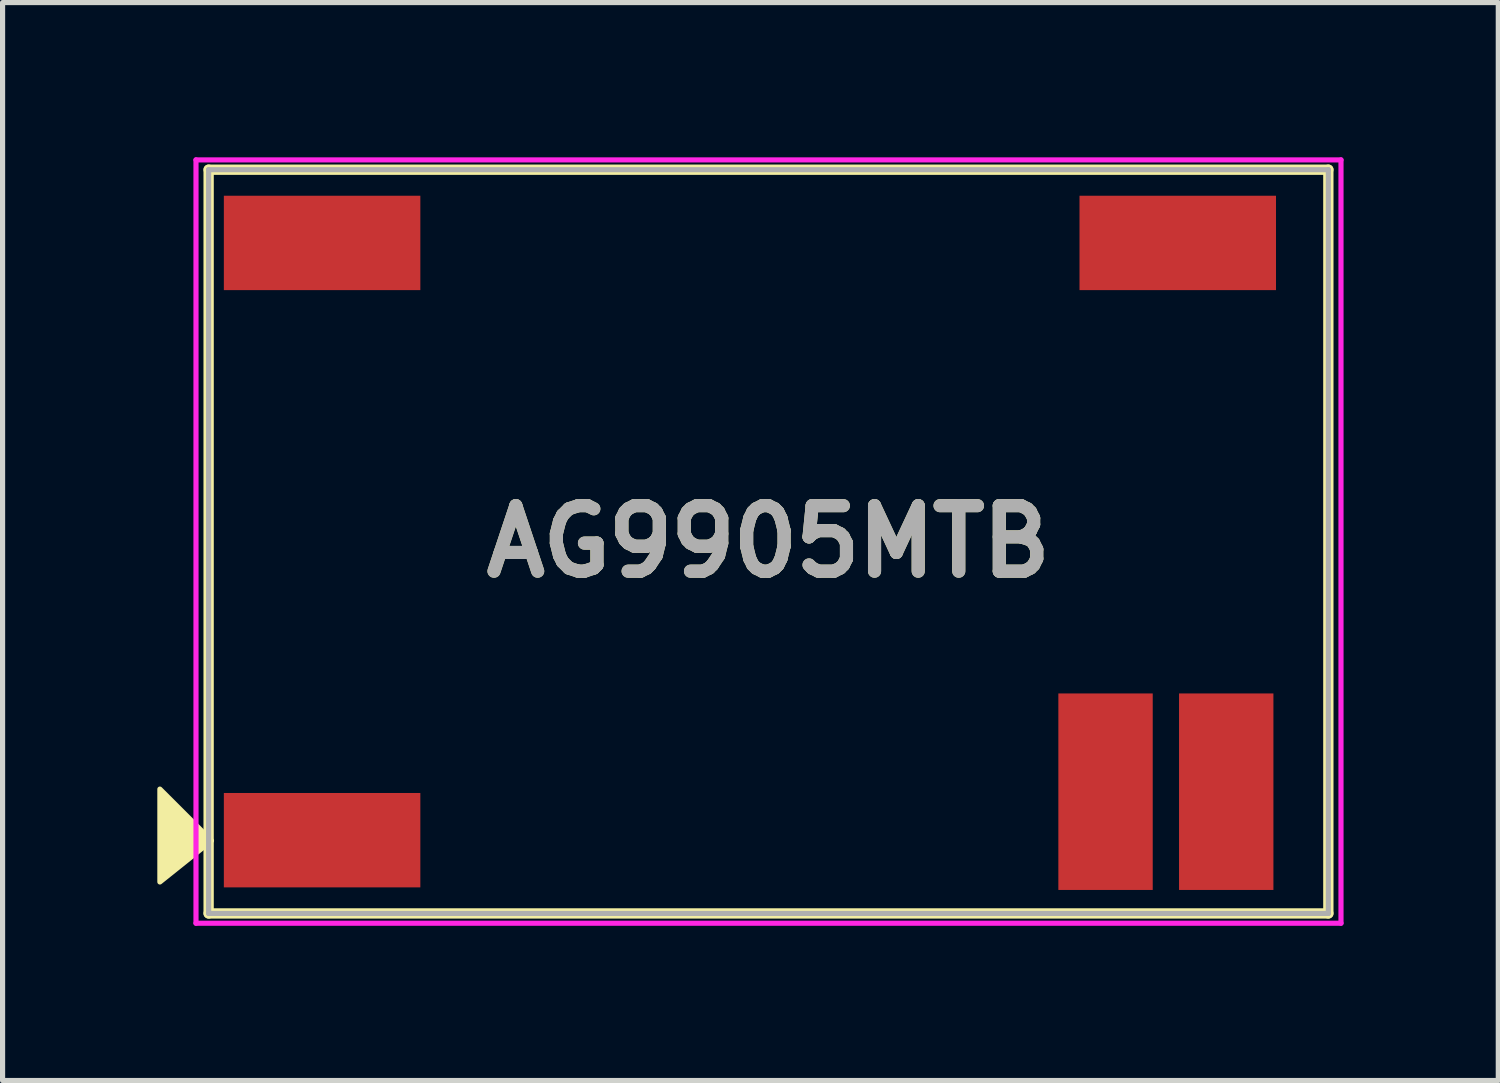
<source format=kicad_pcb>
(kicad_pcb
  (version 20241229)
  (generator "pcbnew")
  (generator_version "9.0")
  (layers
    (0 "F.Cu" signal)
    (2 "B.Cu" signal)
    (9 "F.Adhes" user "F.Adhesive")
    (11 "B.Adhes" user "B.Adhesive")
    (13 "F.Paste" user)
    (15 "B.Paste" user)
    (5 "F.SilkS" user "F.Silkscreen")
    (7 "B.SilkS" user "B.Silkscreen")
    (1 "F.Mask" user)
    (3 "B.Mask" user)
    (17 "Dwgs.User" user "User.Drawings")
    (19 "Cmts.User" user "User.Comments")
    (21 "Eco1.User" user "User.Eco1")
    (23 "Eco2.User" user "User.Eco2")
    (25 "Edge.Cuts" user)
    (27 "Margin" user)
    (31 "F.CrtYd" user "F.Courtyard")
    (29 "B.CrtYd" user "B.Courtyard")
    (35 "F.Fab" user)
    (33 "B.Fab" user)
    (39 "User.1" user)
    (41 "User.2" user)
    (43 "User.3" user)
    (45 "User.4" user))
  (footprint "AG9905MTB"
    (layer "F.Cu")
    (at 11.85 7.45)
    (property "Reference" "AG9905MTB" (at 0 0 0) (layer "F.SilkS") (effects (font (size 1.27 1.27) (thickness 0.254))))
    (attr smd)
    (fp_line (start -10.855 -7.21) (end 10.855 -7.21) (stroke (width 0.2) (type solid)) (layer "F.SilkS"))
    (fp_line (start -10.855 7.21) (end -10.855 -7.21) (stroke (width 0.2) (type solid)) (layer "F.SilkS"))
    (fp_line (start 10.855 -7.21) (end 10.855 7.21) (stroke (width 0.2) (type solid)) (layer "F.SilkS"))
    (fp_line (start 10.855 7.21) (end -10.855 7.21) (stroke (width 0.2) (type solid)) (layer "F.SilkS"))
    (fp_poly (pts (xy -10.8 5.8) (xy -11.8 4.8) (xy -11.8 6.6)) (stroke (width 0.1) (type solid)) (fill yes) (layer "F.SilkS"))
    (fp_line (start -11.1 -7.4) (end 11.1 -7.4) (stroke (width 0.1) (type solid)) (layer "F.CrtYd"))
    (fp_line (start -11.1 7.4) (end -11.1 -7.4) (stroke (width 0.1) (type solid)) (layer "F.CrtYd"))
    (fp_line (start 11.1 -7.4) (end 11.1 7.4) (stroke (width 0.1) (type solid)) (layer "F.CrtYd"))
    (fp_line (start 11.1 7.4) (end -11.1 7.4) (stroke (width 0.1) (type solid)) (layer "F.CrtYd"))
    (fp_line (start -10.855 -7.21) (end -10.855 7.21) (stroke (width 0.1) (type solid)) (layer "F.Fab"))
    (fp_line (start -10.855 7.21) (end 10.855 7.21) (stroke (width 0.1) (type solid)) (layer "F.Fab"))
    (fp_line (start 10.855 -7.21) (end -10.855 -7.21) (stroke (width 0.1) (type solid)) (layer "F.Fab"))
    (fp_line (start 10.855 7.21) (end 10.855 -7.21) (stroke (width 0.1) (type solid)) (layer "F.Fab"))
    (fp_text user "${REFERENCE}" (at 0 0 0) (layer "F.Fab") (effects (font (size 1.27 1.27) (thickness 0.254))))
    (pad "1" smd rect (at -8.655 5.79 90) (size 1.83 3.81) (layers "F.Cu" "F.Mask" "F.Paste"))
    (pad "2" smd rect (at 6.535 4.85) (size 1.83 3.81) (layers "F.Cu" "F.Mask" "F.Paste"))
    (pad "3" smd rect (at 8.875 4.85) (size 1.83 3.81) (layers "F.Cu" "F.Mask" "F.Paste"))
    (pad "4" smd rect (at 7.935 -5.79 90) (size 1.83 3.81) (layers "F.Cu" "F.Mask" "F.Paste"))
    (pad "5" smd rect (at -8.655 -5.79 90) (size 1.83 3.81) (layers "F.Cu" "F.Mask" "F.Paste")))
  (gr_rect
    (start -3 -3)
    (end 26 17.9)
    (stroke (width 0.1) (type default))
    (fill no)
    (layer "Edge.Cuts")))
</source>
